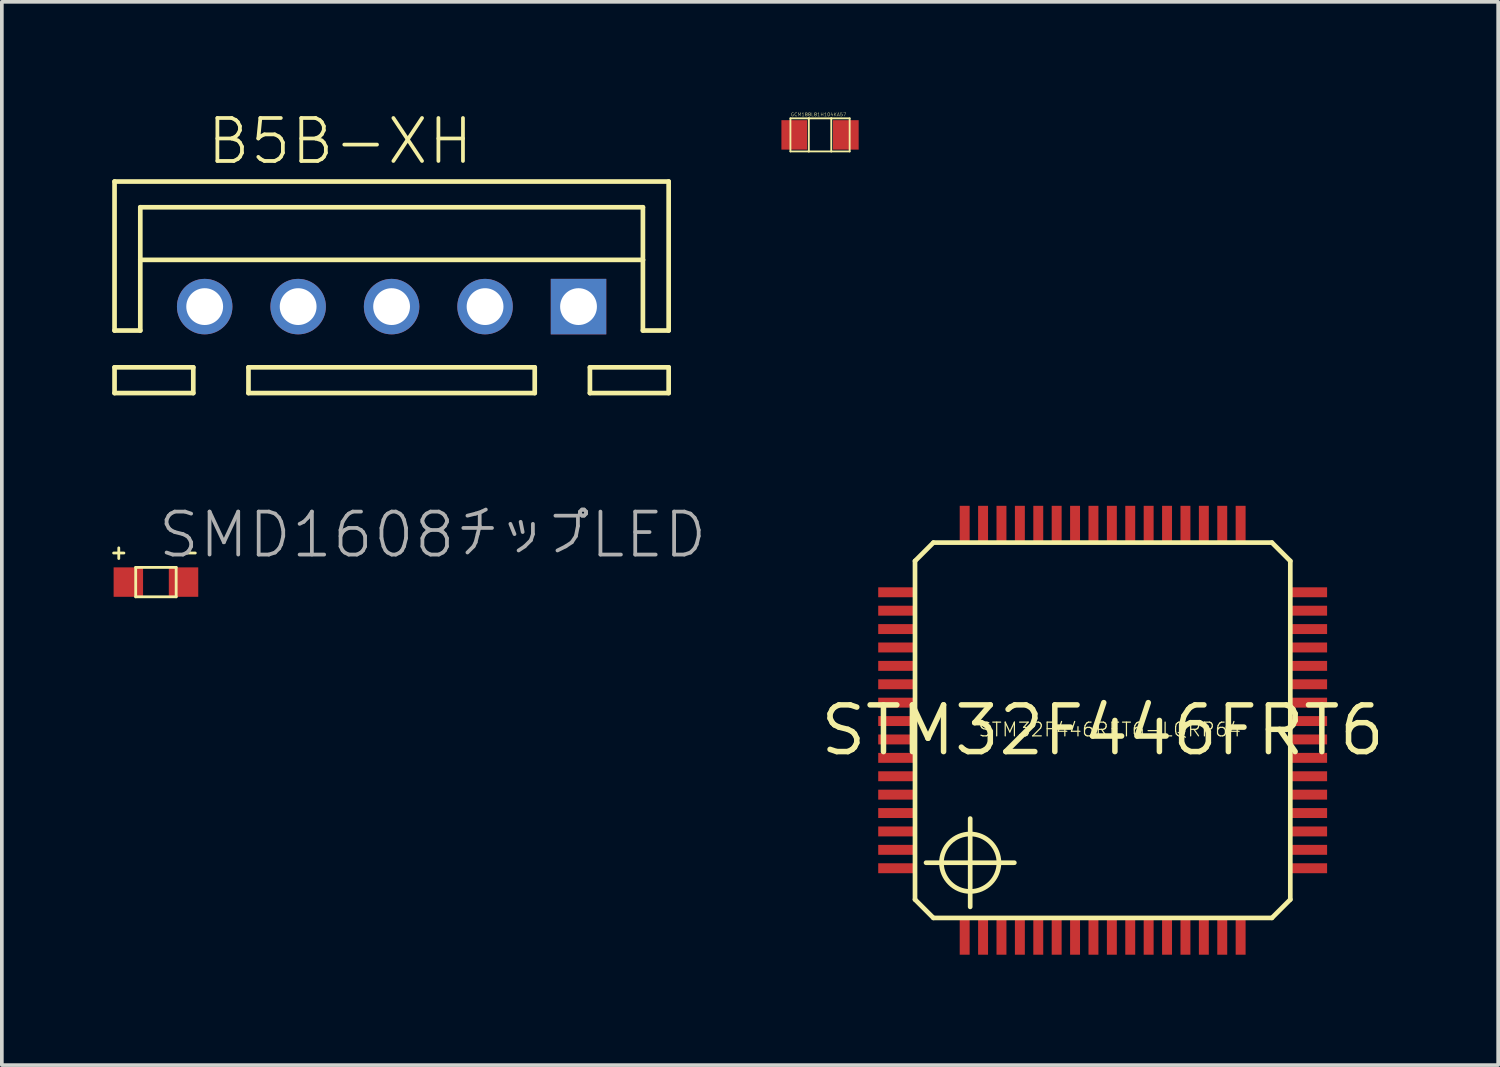
<source format=kicad_pcb>
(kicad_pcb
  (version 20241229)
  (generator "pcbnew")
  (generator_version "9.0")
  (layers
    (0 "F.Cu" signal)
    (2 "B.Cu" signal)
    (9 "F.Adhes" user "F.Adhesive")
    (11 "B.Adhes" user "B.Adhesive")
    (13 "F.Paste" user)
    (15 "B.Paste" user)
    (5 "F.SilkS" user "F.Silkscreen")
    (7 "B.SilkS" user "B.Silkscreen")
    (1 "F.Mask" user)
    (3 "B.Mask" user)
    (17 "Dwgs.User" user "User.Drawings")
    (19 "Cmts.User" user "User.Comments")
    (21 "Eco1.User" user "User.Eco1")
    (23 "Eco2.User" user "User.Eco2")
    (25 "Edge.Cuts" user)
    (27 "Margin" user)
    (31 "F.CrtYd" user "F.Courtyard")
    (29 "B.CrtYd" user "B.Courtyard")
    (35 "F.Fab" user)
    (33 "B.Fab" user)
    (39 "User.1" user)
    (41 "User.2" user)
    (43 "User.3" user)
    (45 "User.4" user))
  (footprint "STM32F446FRT6"
    (layer "F.Cu")
    (at 26.918 16.797)
    (property "Reference" "STM32F446FRT6" (at 0 0 0) (layer "F.SilkS") (effects (font (size 1.27 1.27) (thickness 0.15))))
    (fp_line (start -5.1 -4.6) (end -5.1 4.6) (stroke (width 0.127) (type solid)) (layer "F.SilkS"))
    (fp_line (start -5.1 4.6) (end -4.6 5.1) (stroke (width 0.127) (type solid)) (layer "F.SilkS"))
    (fp_line (start -4.6 -5.1) (end -5.1 -4.6) (stroke (width 0.127) (type solid)) (layer "F.SilkS"))
    (fp_line (start -4.6 5.1) (end 4.6 5.1) (stroke (width 0.127) (type solid)) (layer "F.SilkS"))
    (fp_line (start -3.6 3.6) (end -4.8 3.6) (stroke (width 0.127) (type solid)) (layer "F.SilkS"))
    (fp_line (start -3.6 3.6) (end -3.6 2.4) (stroke (width 0.127) (type solid)) (layer "F.SilkS"))
    (fp_line (start -3.6 3.6) (end -3.6 4.8) (stroke (width 0.127) (type solid)) (layer "F.SilkS"))
    (fp_line (start -3.6 3.6) (end -2.4 3.6) (stroke (width 0.127) (type solid)) (layer "F.SilkS"))
    (fp_line (start 4.6 -5.1) (end -4.6 -5.1) (stroke (width 0.127) (type solid)) (layer "F.SilkS"))
    (fp_line (start 5.1 -4.6) (end 4.6 -5.1) (stroke (width 0.127) (type solid)) (layer "F.SilkS"))
    (fp_line (start 5.1 -4.6) (end 5.1 4.6) (stroke (width 0.127) (type solid)) (layer "F.SilkS"))
    (fp_line (start 5.1 4.6) (end 4.6 5.1) (stroke (width 0.127) (type solid)) (layer "F.SilkS"))
    (fp_circle (center -3.6 3.6) (end -2.819 3.6) (stroke (width 0.127) (type solid)) (fill no) (layer "F.SilkS"))
    (fp_text user "STM32F446RET6-LQRP64" (at -3.4 0.2 0) (layer "F.SilkS") (effects (font (size 0.374 0.374) (thickness 0.033)) (justify left bottom)))
    (pad "BOOT0" smd rect (at -1.75 -5.6 90) (size 1 0.27) (layers "F.Cu" "F.Mask" "F.Paste"))
    (pad "NRST" smd rect (at -5.6 -0.75) (size 1 0.27) (layers "F.Cu" "F.Mask" "F.Paste"))
    (pad "PA0" smd rect (at -5.6 2.75) (size 1 0.27) (layers "F.Cu" "F.Mask" "F.Paste"))
    (pad "PA1" smd rect (at -5.6 3.25) (size 1 0.27) (layers "F.Cu" "F.Mask" "F.Paste"))
    (pad "PA2" smd rect (at -5.6 3.75) (size 1 0.27) (layers "F.Cu" "F.Mask" "F.Paste"))
    (pad "PA3" smd rect (at -3.75 5.6 90) (size 1 0.27) (layers "F.Cu" "F.Mask" "F.Paste"))
    (pad "PA4" smd rect (at -2.25 5.6 90) (size 1 0.27) (layers "F.Cu" "F.Mask" "F.Paste"))
    (pad "PA5" smd rect (at -1.75 5.6 90) (size 1 0.27) (layers "F.Cu" "F.Mask" "F.Paste"))
    (pad "PA6" smd rect (at -1.25 5.6 90) (size 1 0.27) (layers "F.Cu" "F.Mask" "F.Paste"))
    (pad "PA7" smd rect (at -0.75 5.6 90) (size 1 0.27) (layers "F.Cu" "F.Mask" "F.Paste"))
    (pad "PA8" smd rect (at 5.6 -0.25) (size 1 0.27) (layers "F.Cu" "F.Mask" "F.Paste"))
    (pad "PA9" smd rect (at 5.6 -0.75) (size 1 0.27) (layers "F.Cu" "F.Mask" "F.Paste"))
    (pad "PA10" smd rect (at 5.6 -1.25) (size 1 0.27) (layers "F.Cu" "F.Mask" "F.Paste"))
    (pad "PA11" smd rect (at 5.6 -1.75) (size 1 0.27) (layers "F.Cu" "F.Mask" "F.Paste"))
    (pad "PA12" smd rect (at 5.6 -2.25) (size 1 0.27) (layers "F.Cu" "F.Mask" "F.Paste"))
    (pad "PA13" smd rect (at 5.6 -2.75) (size 1 0.27) (layers "F.Cu" "F.Mask" "F.Paste"))
    (pad "PA14" smd rect (at 3.75 -5.6 90) (size 1 0.27) (layers "F.Cu" "F.Mask" "F.Paste"))
    (pad "PA15" smd rect (at 3.25 -5.6 90) (size 1 0.27) (layers "F.Cu" "F.Mask" "F.Paste"))
    (pad "PB0" smd rect (at 0.75 5.6 90) (size 1 0.27) (layers "F.Cu" "F.Mask" "F.Paste"))
    (pad "PB1" smd rect (at 1.25 5.6 90) (size 1 0.27) (layers "F.Cu" "F.Mask" "F.Paste"))
    (pad "PB2" smd rect (at 1.75 5.6 90) (size 1 0.27) (layers "F.Cu" "F.Mask" "F.Paste"))
    (pad "PB3" smd rect (at 0.75 -5.6 90) (size 1 0.27) (layers "F.Cu" "F.Mask" "F.Paste"))
    (pad "PB4" smd rect (at 0.25 -5.6 90) (size 1 0.27) (layers "F.Cu" "F.Mask" "F.Paste"))
    (pad "PB5" smd rect (at -0.25 -5.6 90) (size 1 0.27) (layers "F.Cu" "F.Mask" "F.Paste"))
    (pad "PB6" smd rect (at -0.75 -5.6 90) (size 1 0.27) (layers "F.Cu" "F.Mask" "F.Paste"))
    (pad "PB7" smd rect (at -1.25 -5.6 90) (size 1 0.27) (layers "F.Cu" "F.Mask" "F.Paste"))
    (pad "PB8" smd rect (at -2.25 -5.6 90) (size 1 0.27) (layers "F.Cu" "F.Mask" "F.Paste"))
    (pad "PB9" smd rect (at -2.75 -5.6 90) (size 1 0.27) (layers "F.Cu" "F.Mask" "F.Paste"))
    (pad "PB10" smd rect (at 2.25 5.6 90) (size 1 0.27) (layers "F.Cu" "F.Mask" "F.Paste"))
    (pad "PB12" smd rect (at 5.6 3.75) (size 1 0.27) (layers "F.Cu" "F.Mask" "F.Paste"))
    (pad "PB13" smd rect (at 5.6 3.25) (size 1 0.27) (layers "F.Cu" "F.Mask" "F.Paste"))
    (pad "PB14" smd rect (at 5.6 2.75) (size 1 0.27) (layers "F.Cu" "F.Mask" "F.Paste"))
    (pad "PB15" smd rect (at 5.6 2.25) (size 1 0.27) (layers "F.Cu" "F.Mask" "F.Paste"))
    (pad "PC0" smd rect (at -5.6 -0.25) (size 1 0.27) (layers "F.Cu" "F.Mask" "F.Paste"))
    (pad "PC1" smd rect (at -5.6 0.25) (size 1 0.27) (layers "F.Cu" "F.Mask" "F.Paste"))
    (pad "PC2" smd rect (at -5.6 0.75) (size 1 0.27) (layers "F.Cu" "F.Mask" "F.Paste"))
    (pad "PC3" smd rect (at -5.6 1.25) (size 1 0.27) (layers "F.Cu" "F.Mask" "F.Paste"))
    (pad "PC4" smd rect (at -0.25 5.6 90) (size 1 0.27) (layers "F.Cu" "F.Mask" "F.Paste"))
    (pad "PC5" smd rect (at 0.25 5.6 90) (size 1 0.27) (layers "F.Cu" "F.Mask" "F.Paste"))
    (pad "PC6" smd rect (at 5.6 1.75) (size 1 0.27) (layers "F.Cu" "F.Mask" "F.Paste"))
    (pad "PC7" smd rect (at 5.6 1.25) (size 1 0.27) (layers "F.Cu" "F.Mask" "F.Paste"))
    (pad "PC8" smd rect (at 5.6 0.75) (size 1 0.27) (layers "F.Cu" "F.Mask" "F.Paste"))
    (pad "PC9" smd rect (at 5.6 0.25) (size 1 0.27) (layers "F.Cu" "F.Mask" "F.Paste"))
    (pad "PC10" smd rect (at 2.75 -5.6 90) (size 1 0.27) (layers "F.Cu" "F.Mask" "F.Paste"))
    (pad "PC11" smd rect (at 2.25 -5.6 90) (size 1 0.27) (layers "F.Cu" "F.Mask" "F.Paste"))
    (pad "PC12" smd rect (at 1.75 -5.6 90) (size 1 0.27) (layers "F.Cu" "F.Mask" "F.Paste"))
    (pad "PC13" smd rect (at -5.6 -3.25) (size 1 0.27) (layers "F.Cu" "F.Mask" "F.Paste"))
    (pad "PC14-OSC32_IN" smd rect (at -5.6 -2.75) (size 1 0.27) (layers "F.Cu" "F.Mask" "F.Paste"))
    (pad "PC15-OSC32_OUT" smd rect (at -5.6 -2.25) (size 1 0.27) (layers "F.Cu" "F.Mask" "F.Paste"))
    (pad "PD2" smd rect (at 1.25 -5.6 90) (size 1 0.27) (layers "F.Cu" "F.Mask" "F.Paste"))
    (pad "PH0-OSC_IN" smd rect (at -5.6 -1.75) (size 1 0.27) (layers "F.Cu" "F.Mask" "F.Paste"))
    (pad "PH1-OSC_OUT" smd rect (at -5.6 -1.25) (size 1 0.27) (layers "F.Cu" "F.Mask" "F.Paste"))
    (pad "VBAT" smd rect (at -5.6 -3.75) (size 1 0.27) (layers "F.Cu" "F.Mask" "F.Paste"))
    (pad "VCAP_1" smd rect (at 2.75 5.6 90) (size 1 0.27) (layers "F.Cu" "F.Mask" "F.Paste"))
    (pad "VDD1" smd rect (at -2.75 5.6 90) (size 1 0.27) (layers "F.Cu" "F.Mask" "F.Paste"))
    (pad "VDD2" smd rect (at 3.75 5.6 90) (size 1 0.27) (layers "F.Cu" "F.Mask" "F.Paste"))
    (pad "VDD3" smd rect (at 5.6 -3.75) (size 1 0.27) (layers "F.Cu" "F.Mask" "F.Paste"))
    (pad "VDD4" smd rect (at -3.75 -5.6 90) (size 1 0.27) (layers "F.Cu" "F.Mask" "F.Paste"))
    (pad "VDDA/VREF+" smd rect (at -5.6 2.25) (size 1 0.27) (layers "F.Cu" "F.Mask" "F.Paste"))
    (pad "VSS1" smd rect (at -3.25 5.6 90) (size 1 0.27) (layers "F.Cu" "F.Mask" "F.Paste"))
    (pad "VSS2" smd rect (at 3.25 5.6 90) (size 1 0.27) (layers "F.Cu" "F.Mask" "F.Paste"))
    (pad "VSS3" smd rect (at 5.6 -3.25) (size 1 0.27) (layers "F.Cu" "F.Mask" "F.Paste"))
    (pad "VSS4" smd rect (at -3.25 -5.6 90) (size 1 0.27) (layers "F.Cu" "F.Mask" "F.Paste"))
    (pad "VSSA/VREF-" smd rect (at -5.6 1.75) (size 1 0.27) (layers "F.Cu" "F.Mask" "F.Paste")))
  (footprint "SMD1608チップLED"
    (layer "F.Cu")
    (at 1.188 12.77)
    (property "Reference" "SMD1608チップLED" (at 0 -0.6 0) (layer "F.Fab") (effects (font (size 1.168 1.168) (thickness 0.102)) (justify left bottom)))
    (fp_line (start -1.15 -0.79) (end -0.87 -0.79) (stroke (width 0.076) (type solid)) (layer "F.SilkS"))
    (fp_line (start -1.01 -0.93) (end -1.01 -0.64) (stroke (width 0.076) (type solid)) (layer "F.SilkS"))
    (fp_line (start -0.55 -0.4) (end -0.55 0.4) (stroke (width 0.076) (type solid)) (layer "F.SilkS"))
    (fp_line (start -0.55 0.4) (end 0.55 0.4) (stroke (width 0.076) (type solid)) (layer "F.SilkS"))
    (fp_line (start 0.55 -0.4) (end -0.55 -0.4) (stroke (width 0.076) (type solid)) (layer "F.SilkS"))
    (fp_line (start 0.55 0.4) (end 0.55 -0.4) (stroke (width 0.076) (type solid)) (layer "F.SilkS"))
    (fp_line (start 0.85 -0.79) (end 1.07 -0.79) (stroke (width 0.076) (type solid)) (layer "F.SilkS"))
    (pad "ANODE" smd rect (at -0.75 0) (size 0.8 0.8) (layers "F.Cu" "F.Mask" "F.Paste"))
    (pad "CATHODE" smd rect (at 0.75 0) (size 0.8 0.8) (layers "F.Cu" "F.Mask" "F.Paste")))
  (footprint "B5B-XH"
    (layer "F.Cu")
    (at 7.593 5.283)
    (property "Reference" "B5B-XH" (at -5.08 -3.81 0) (layer "F.SilkS") (effects (font (size 1.168 1.168) (thickness 0.102)) (justify left bottom)))
    (fp_line (start -7.53 -3.4) (end 7.53 -3.4) (stroke (width 0.127) (type solid)) (layer "F.SilkS"))
    (fp_line (start -7.53 0.65) (end -7.53 -3.4) (stroke (width 0.127) (type solid)) (layer "F.SilkS"))
    (fp_line (start -7.53 0.65) (end -6.83 0.65) (stroke (width 0.127) (type solid)) (layer "F.SilkS"))
    (fp_line (start -7.53 2.35) (end -7.53 1.65) (stroke (width 0.127) (type solid)) (layer "F.SilkS"))
    (fp_line (start -6.83 -2.7) (end 6.83 -2.7) (stroke (width 0.127) (type solid)) (layer "F.SilkS"))
    (fp_line (start -6.83 -1.27) (end -6.83 -2.7) (stroke (width 0.127) (type solid)) (layer "F.SilkS"))
    (fp_line (start -6.83 -1.27) (end 6.83 -1.27) (stroke (width 0.127) (type solid)) (layer "F.SilkS"))
    (fp_line (start -6.83 0.65) (end -6.83 -1.27) (stroke (width 0.127) (type solid)) (layer "F.SilkS"))
    (fp_line (start -5.39 1.65) (end -7.53 1.65) (stroke (width 0.127) (type solid)) (layer "F.SilkS"))
    (fp_line (start -5.39 1.65) (end -5.39 2.35) (stroke (width 0.127) (type solid)) (layer "F.SilkS"))
    (fp_line (start -5.39 2.35) (end -7.53 2.35) (stroke (width 0.127) (type solid)) (layer "F.SilkS"))
    (fp_line (start -3.89 1.65) (end -3.89 2.35) (stroke (width 0.127) (type solid)) (layer "F.SilkS"))
    (fp_line (start 3.89 1.65) (end -3.89 1.65) (stroke (width 0.127) (type solid)) (layer "F.SilkS"))
    (fp_line (start 3.89 1.65) (end 3.89 2.35) (stroke (width 0.127) (type solid)) (layer "F.SilkS"))
    (fp_line (start 3.89 2.35) (end -3.89 2.35) (stroke (width 0.127) (type solid)) (layer "F.SilkS"))
    (fp_line (start 5.39 1.65) (end 5.39 2.35) (stroke (width 0.127) (type solid)) (layer "F.SilkS"))
    (fp_line (start 5.39 1.65) (end 7.53 1.65) (stroke (width 0.127) (type solid)) (layer "F.SilkS"))
    (fp_line (start 5.39 2.35) (end 7.53 2.35) (stroke (width 0.127) (type solid)) (layer "F.SilkS"))
    (fp_line (start 6.83 -2.7) (end 6.83 -1.27) (stroke (width 0.127) (type solid)) (layer "F.SilkS"))
    (fp_line (start 6.83 -1.27) (end 6.83 0.65) (stroke (width 0.127) (type solid)) (layer "F.SilkS"))
    (fp_line (start 6.83 0.65) (end 7.53 0.65) (stroke (width 0.127) (type solid)) (layer "F.SilkS"))
    (fp_line (start 7.53 -3.4) (end 7.53 0.65) (stroke (width 0.127) (type solid)) (layer "F.SilkS"))
    (fp_line (start 7.53 2.35) (end 7.53 1.65) (stroke (width 0.127) (type solid)) (layer "F.SilkS"))
    (pad "1" thru_hole rect (at 5.08 0) (size 1.508 1.508) (drill 1) (layers "*.Cu" "*.Mask"))
    (pad "2" thru_hole circle (at 2.54 0) (size 1.508 1.508) (drill 1) (layers "*.Cu" "*.Mask"))
    (pad "3" thru_hole circle (at 0 0) (size 1.508 1.508) (drill 1) (layers "*.Cu" "*.Mask"))
    (pad "4" thru_hole circle (at -2.54 0) (size 1.508 1.508) (drill 1) (layers "*.Cu" "*.Mask"))
    (pad "5" thru_hole circle (at -5.08 0) (size 1.508 1.508) (drill 1) (layers "*.Cu" "*.Mask")))
  (footprint "GCM188L81H104KA57"
    (layer "F.Cu")
    (at 19.237 0.616)
    (property "Reference" "GCM188L81H104KA57" (at -0.8 -0.5 0) (layer "F.SilkS") (effects (font (size 0.092 0.092) (thickness 0.008)) (justify left bottom)))
    (fp_line (start -0.805 -0.45) (end -0.305 -0.45) (stroke (width 0.05) (type solid)) (layer "F.SilkS"))
    (fp_line (start -0.805 0.45) (end -0.805 -0.45) (stroke (width 0.05) (type solid)) (layer "F.SilkS"))
    (fp_line (start -0.305 -0.45) (end -0.305 0.45) (stroke (width 0.05) (type solid)) (layer "F.SilkS"))
    (fp_line (start -0.305 -0.45) (end 0.305 -0.45) (stroke (width 0.05) (type solid)) (layer "F.SilkS"))
    (fp_line (start -0.305 0.45) (end -0.805 0.45) (stroke (width 0.05) (type solid)) (layer "F.SilkS"))
    (fp_line (start 0.305 -0.45) (end 0.305 0.45) (stroke (width 0.05) (type solid)) (layer "F.SilkS"))
    (fp_line (start 0.305 -0.45) (end 0.805 -0.45) (stroke (width 0.05) (type solid)) (layer "F.SilkS"))
    (fp_line (start 0.305 0.45) (end -0.305 0.45) (stroke (width 0.05) (type solid)) (layer "F.SilkS"))
    (fp_line (start 0.805 -0.45) (end 0.805 0.45) (stroke (width 0.05) (type solid)) (layer "F.SilkS"))
    (fp_line (start 0.805 0.45) (end 0.305 0.45) (stroke (width 0.05) (type solid)) (layer "F.SilkS"))
    (pad "P$1" smd rect (at -0.7 0) (size 0.7 0.8) (layers "F.Cu" "F.Mask" "F.Paste"))
    (pad "P$2" smd rect (at 0.7 0) (size 0.7 0.8) (layers "F.Cu" "F.Mask" "F.Paste")))
  (gr_rect
    (start -3 -3)
    (end 37.667 25.897)
    (stroke (width 0.1) (type default))
    (fill no)
    (layer "Edge.Cuts")))
</source>
